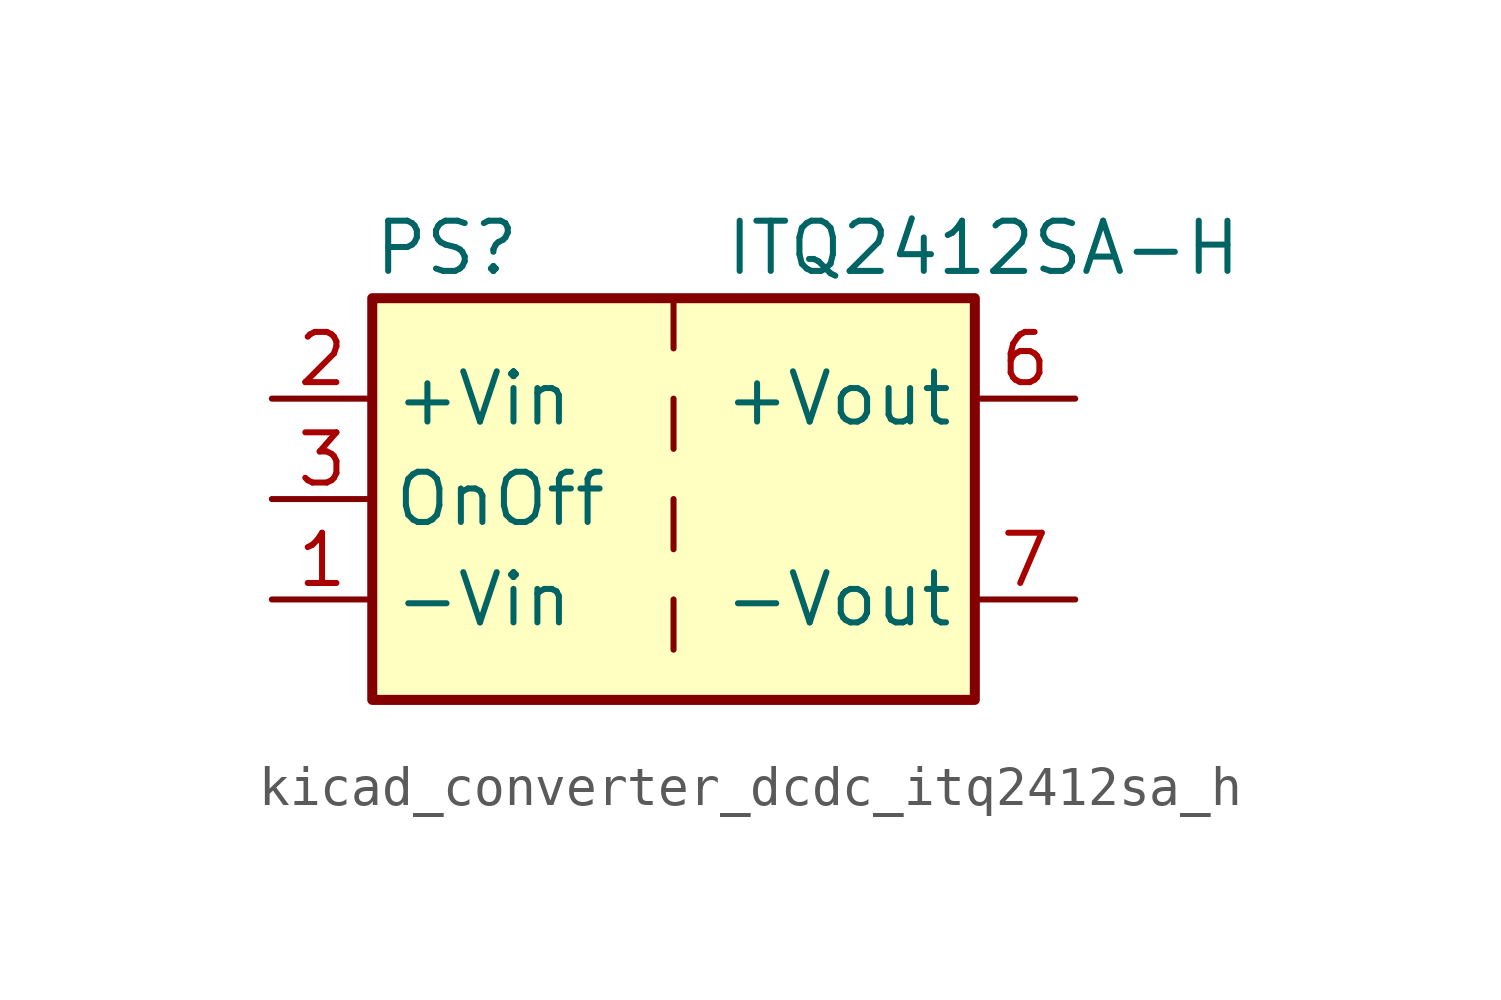
<source format=kicad_sym>
(kicad_symbol_lib
  (version 20220914)
  (generator kicad_symbol_editor)
  (symbol "kicad_converter_dcdc_itq2412sa_h"
    (property "Reference" "PS"
      (at -7.62 6.35 0)
      (effects (font (size 1.27 1.27)) (justify left)))
    (property "Value" "ITQ2412SA-H"
      (at 1.27 6.35 0)
      (effects (font (size 1.27 1.27)) (justify left)))
    (symbol "kicad_converter_dcdc_itq2412sa_h_0_0"
      (pin power_in line (at -10.16 -2.54 0) (length 2.54) (name "-Vin" (effects (font (size 1.27 1.27)))) (number "1" (effects (font (size 1.27 1.27)))))
      (pin power_in line (at -10.16 2.54 0) (length 2.54) (name "+Vin" (effects (font (size 1.27 1.27)))) (number "2" (effects (font (size 1.27 1.27)))))
      (pin input line (at -10.16 0 0) (length 2.54) (name "OnOff" (effects (font (size 1.27 1.27)))) (number "3" (effects (font (size 1.27 1.27)))))
      (pin power_out line (at 10.16 2.54 180) (length 2.54) (name "+Vout" (effects (font (size 1.27 1.27)))) (number "6" (effects (font (size 1.27 1.27)))))
      (pin power_out line (at 10.16 -2.54 180) (length 2.54) (name "-Vout" (effects (font (size 1.27 1.27)))) (number "7" (effects (font (size 1.27 1.27)))))
      (pin no_connect line (at 7.62 0 180) (length 2.54) hide (name "NC" (effects (font (size 1.27 1.27)))) (number "8" (effects (font (size 1.27 1.27))))))
    (symbol "kicad_converter_dcdc_itq2412sa_h_0_1"
      (rectangle (start -7.62 5.08) (end 7.62 -5.08) (stroke (width 0.254) (type default)) (fill (type background)))
      (polyline (pts (xy 0 -2.54) (xy 0 -3.81)) (stroke (width 0) (type default)) (fill (type none)))
      (polyline (pts (xy 0 0) (xy 0 -1.27)) (stroke (width 0) (type default)) (fill (type none)))
      (polyline (pts (xy 0 2.54) (xy 0 1.27)) (stroke (width 0) (type default)) (fill (type none)))
      (polyline (pts (xy 0 5.08) (xy 0 3.81)) (stroke (width 0) (type default)) (fill (type none))))))
</source>
